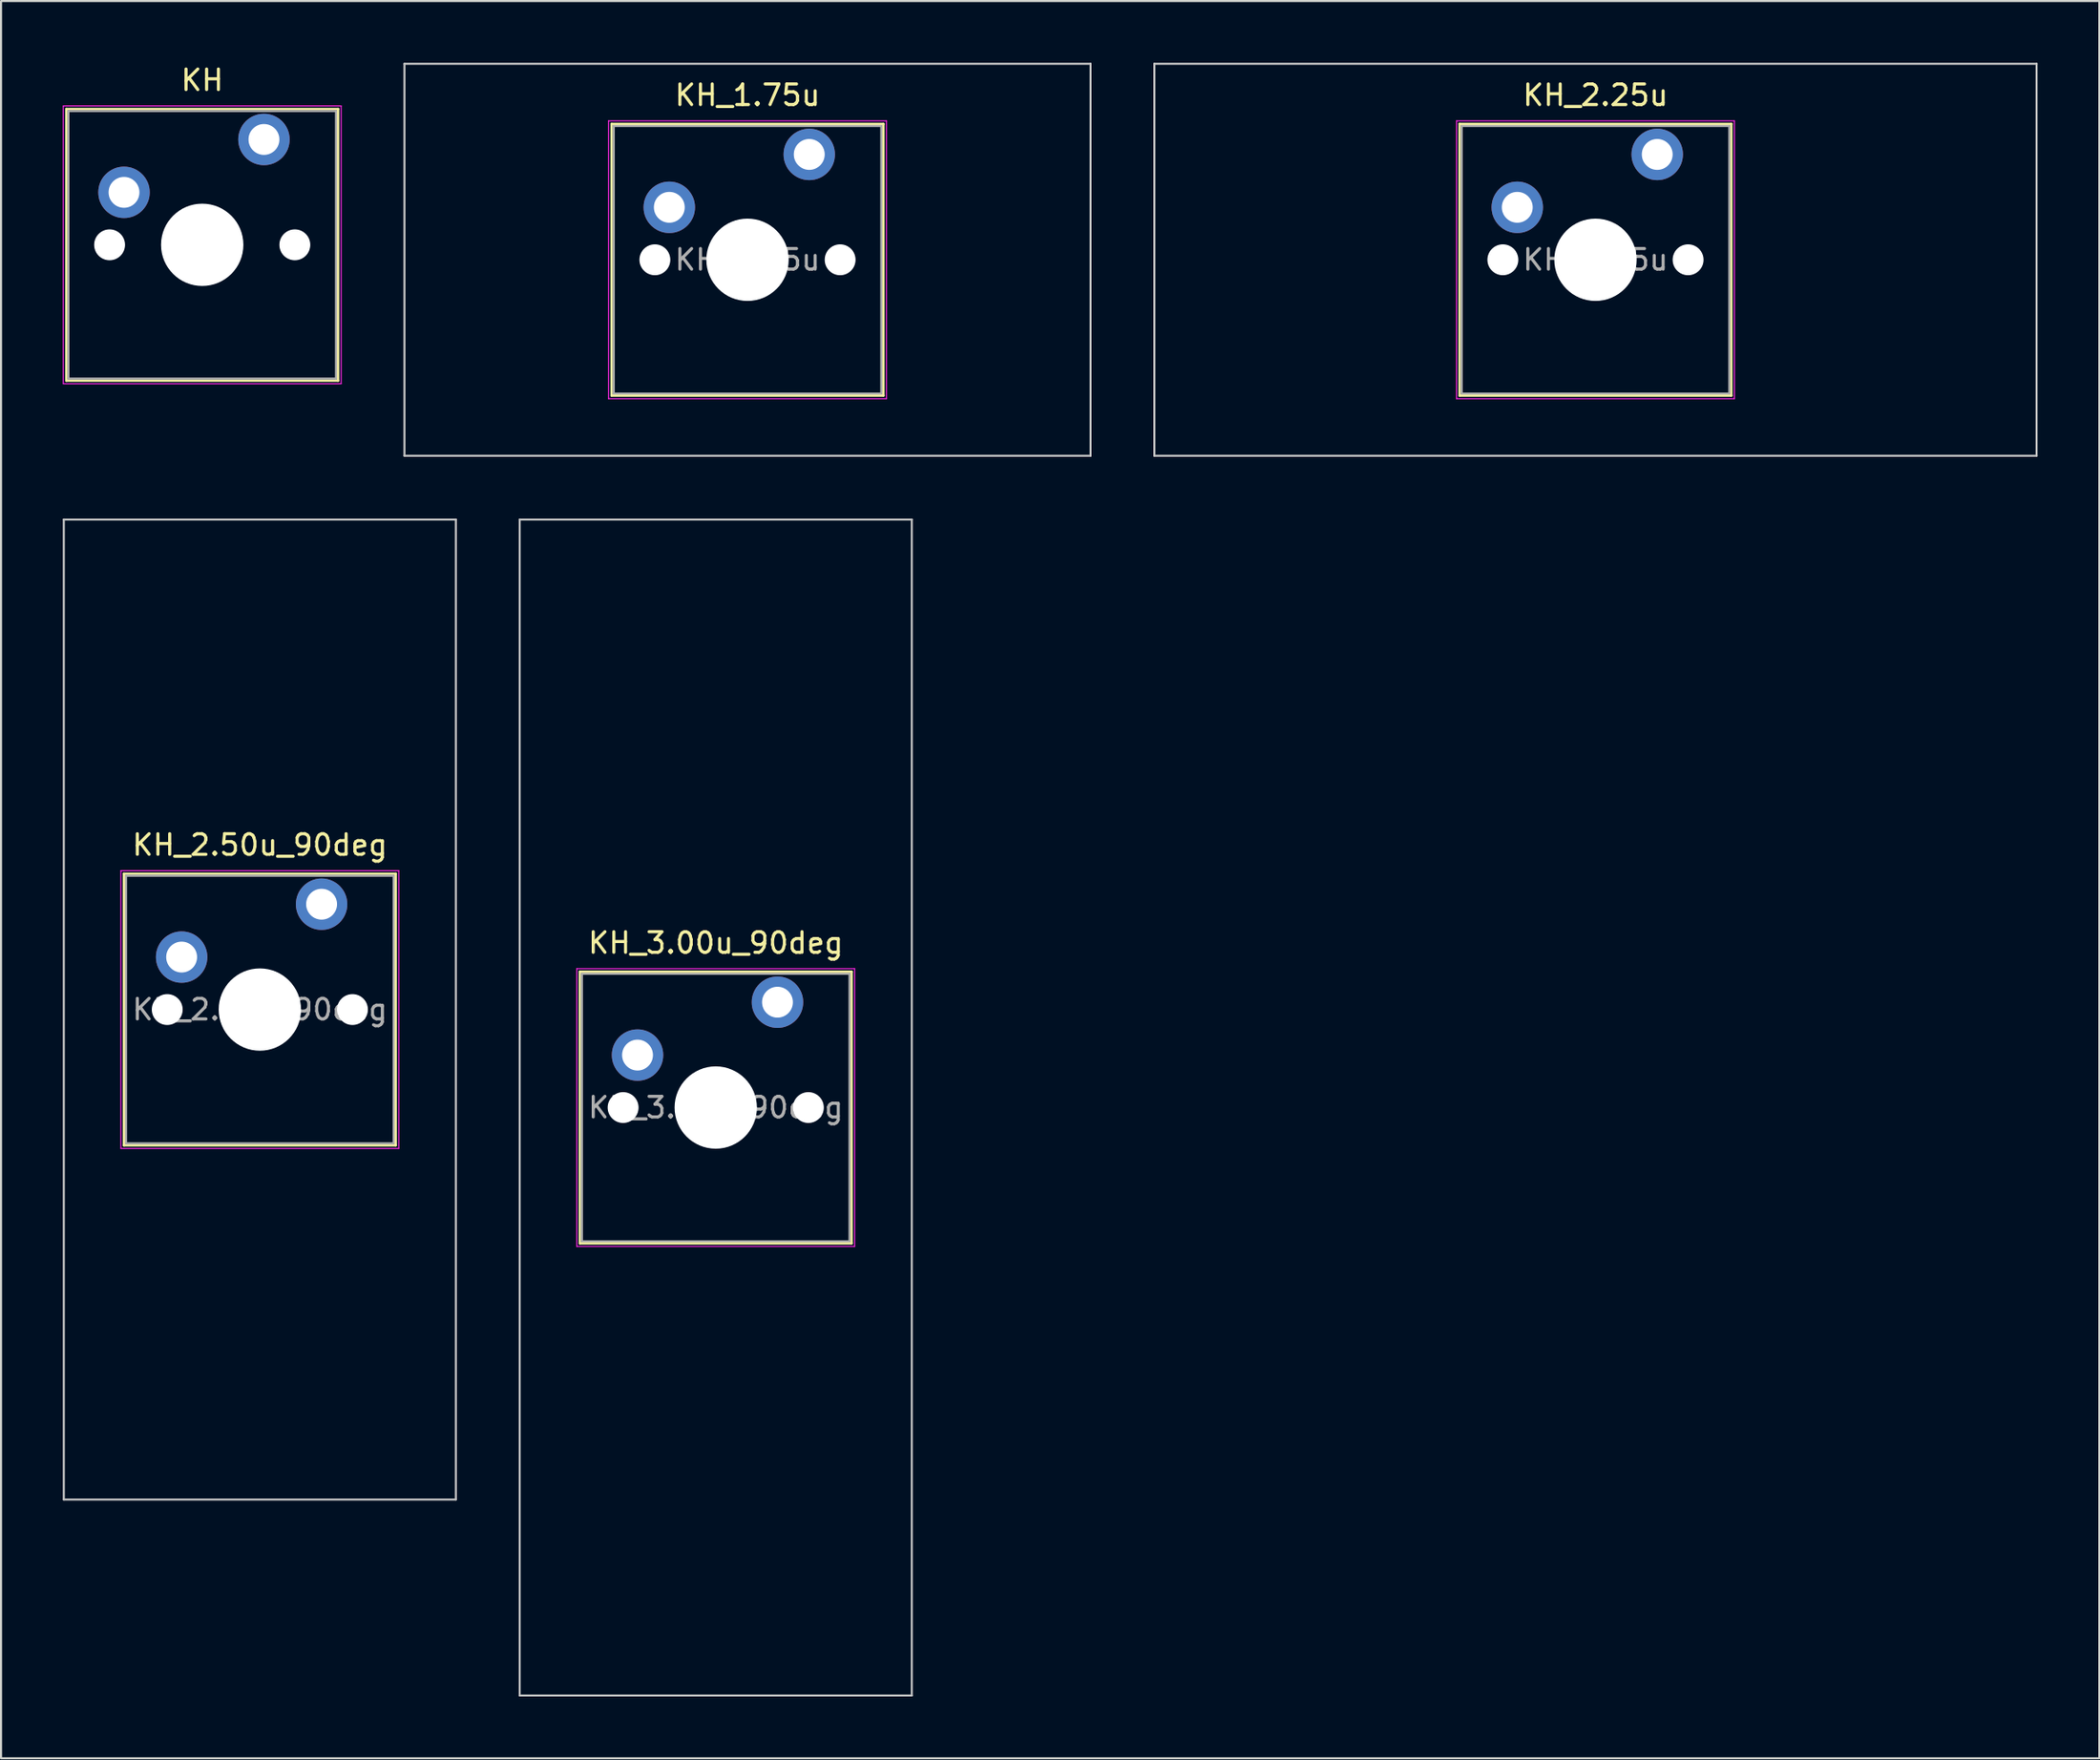
<source format=kicad_pcb>
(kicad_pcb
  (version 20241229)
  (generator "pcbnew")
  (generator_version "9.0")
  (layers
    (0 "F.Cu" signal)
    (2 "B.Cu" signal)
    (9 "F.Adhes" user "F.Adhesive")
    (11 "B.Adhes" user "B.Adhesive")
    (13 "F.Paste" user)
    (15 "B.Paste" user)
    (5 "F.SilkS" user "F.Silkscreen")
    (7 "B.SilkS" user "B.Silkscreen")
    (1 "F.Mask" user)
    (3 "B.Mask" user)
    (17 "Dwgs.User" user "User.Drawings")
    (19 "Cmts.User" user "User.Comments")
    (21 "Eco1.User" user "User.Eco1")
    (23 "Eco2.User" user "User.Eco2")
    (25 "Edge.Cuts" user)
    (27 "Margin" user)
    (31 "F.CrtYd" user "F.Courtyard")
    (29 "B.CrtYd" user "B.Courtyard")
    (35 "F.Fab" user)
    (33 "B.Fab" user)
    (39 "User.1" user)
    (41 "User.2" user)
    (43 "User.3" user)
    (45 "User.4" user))
  (footprint "KH"
    (layer "F.Cu")
    (at 6.775 8.848)
    (property "Reference" "KH" (at 0 -8 0) (layer "F.SilkS") (effects (font (size 1 1) (thickness 0.15))))
    (attr through_hole)
    (fp_line (start -6.6 -6.6) (end -6.6 6.6) (stroke (width 0.12) (type solid)) (layer "F.SilkS"))
    (fp_line (start -6.6 6.6) (end 6.6 6.6) (stroke (width 0.12) (type solid)) (layer "F.SilkS"))
    (fp_line (start 6.6 -6.6) (end -6.6 -6.6) (stroke (width 0.12) (type solid)) (layer "F.SilkS"))
    (fp_line (start 6.6 6.6) (end 6.6 -6.6) (stroke (width 0.12) (type solid)) (layer "F.SilkS"))
    (fp_line (start -6.1 -6.1) (end -6.1 6.1) (stroke (width 0.1) (type solid)) (layer "Eco1.User"))
    (fp_line (start -6.1 6.1) (end 6.1 6.1) (stroke (width 0.1) (type solid)) (layer "Eco1.User"))
    (fp_line (start 6.1 -6.1) (end -6.1 -6.1) (stroke (width 0.1) (type solid)) (layer "Eco1.User"))
    (fp_line (start 6.1 6.1) (end 6.1 -6.1) (stroke (width 0.1) (type solid)) (layer "Eco1.User"))
    (fp_line (start -6.75 -6.75) (end -6.75 6.75) (stroke (width 0.05) (type solid)) (layer "F.CrtYd"))
    (fp_line (start -6.75 6.75) (end 6.75 6.75) (stroke (width 0.05) (type solid)) (layer "F.CrtYd"))
    (fp_line (start 6.75 -6.75) (end -6.75 -6.75) (stroke (width 0.05) (type solid)) (layer "F.CrtYd"))
    (fp_line (start 6.75 6.75) (end 6.75 -6.75) (stroke (width 0.05) (type solid)) (layer "F.CrtYd"))
    (fp_line (start -6.5 -6.5) (end -6.5 6.5) (stroke (width 0.1) (type solid)) (layer "F.Fab"))
    (fp_line (start -6.5 6.5) (end 6.5 6.5) (stroke (width 0.1) (type solid)) (layer "F.Fab"))
    (fp_line (start 6.5 -6.5) (end -6.5 -6.5) (stroke (width 0.1) (type solid)) (layer "F.Fab"))
    (fp_line (start 6.5 6.5) (end 6.5 -6.5) (stroke (width 0.1) (type solid)) (layer "F.Fab"))
    (fp_text user "${REFERENCE}" (at 0 0 0) (layer "F.Fab") (effects (font (size 1 1) (thickness 0.15))))
    (pad "" np_thru_hole circle (at -4.5 0) (size 1.5 1.5) (drill 1.5) (layers "*.Cu" "*.Mask"))
    (pad "" np_thru_hole circle (at 0 0) (size 4 4) (drill 4) (layers "*.Cu" "*.Mask"))
    (pad "" np_thru_hole circle (at 4.5 0) (size 1.5 1.5) (drill 1.5) (layers "*.Cu" "*.Mask"))
    (pad "1" thru_hole circle (at -3.8 -2.55) (size 2.5 2.5) (drill 1.5) (layers "*.Cu" "*.Mask"))
    (pad "2" thru_hole circle (at 3 -5.12) (size 2.5 2.5) (drill 1.5) (layers "*.Cu" "*.Mask")))
  (footprint "KH_3.00u_90deg"
    (layer "F.Cu")
    (at 31.725 50.775)
    (property "Reference" "KH_3.00u_90deg" (at 0 -8 0) (layer "F.SilkS") (effects (font (size 1 1) (thickness 0.15))))
    (attr through_hole)
    (fp_line (start -6.6 -6.6) (end -6.6 6.6) (stroke (width 0.12) (type solid)) (layer "F.SilkS"))
    (fp_line (start -6.6 6.6) (end 6.6 6.6) (stroke (width 0.12) (type solid)) (layer "F.SilkS"))
    (fp_line (start 6.6 -6.6) (end -6.6 -6.6) (stroke (width 0.12) (type solid)) (layer "F.SilkS"))
    (fp_line (start 6.6 6.6) (end 6.6 -6.6) (stroke (width 0.12) (type solid)) (layer "F.SilkS"))
    (fp_line (start -9.525 -28.575) (end 9.525 -28.575) (stroke (width 0.1) (type solid)) (layer "Dwgs.User"))
    (fp_line (start -9.525 28.575) (end -9.525 -28.575) (stroke (width 0.1) (type solid)) (layer "Dwgs.User"))
    (fp_line (start 9.525 -28.575) (end 9.525 28.575) (stroke (width 0.1) (type solid)) (layer "Dwgs.User"))
    (fp_line (start 9.525 28.575) (end -9.525 28.575) (stroke (width 0.1) (type solid)) (layer "Dwgs.User"))
    (fp_line (start -6.1 -6.1) (end -6.1 6.1) (stroke (width 0.1) (type solid)) (layer "Eco1.User"))
    (fp_line (start -6.1 6.1) (end 6.1 6.1) (stroke (width 0.1) (type solid)) (layer "Eco1.User"))
    (fp_line (start 6.1 -6.1) (end -6.1 -6.1) (stroke (width 0.1) (type solid)) (layer "Eco1.User"))
    (fp_line (start 6.1 6.1) (end 6.1 -6.1) (stroke (width 0.1) (type solid)) (layer "Eco1.User"))
    (fp_line (start -6.75 -6.75) (end -6.75 6.75) (stroke (width 0.05) (type solid)) (layer "F.CrtYd"))
    (fp_line (start -6.75 6.75) (end 6.75 6.75) (stroke (width 0.05) (type solid)) (layer "F.CrtYd"))
    (fp_line (start 6.75 -6.75) (end -6.75 -6.75) (stroke (width 0.05) (type solid)) (layer "F.CrtYd"))
    (fp_line (start 6.75 6.75) (end 6.75 -6.75) (stroke (width 0.05) (type solid)) (layer "F.CrtYd"))
    (fp_line (start -6.5 -6.5) (end -6.5 6.5) (stroke (width 0.1) (type solid)) (layer "F.Fab"))
    (fp_line (start -6.5 6.5) (end 6.5 6.5) (stroke (width 0.1) (type solid)) (layer "F.Fab"))
    (fp_line (start 6.5 -6.5) (end -6.5 -6.5) (stroke (width 0.1) (type solid)) (layer "F.Fab"))
    (fp_line (start 6.5 6.5) (end 6.5 -6.5) (stroke (width 0.1) (type solid)) (layer "F.Fab"))
    (fp_text user "${REFERENCE}" (at 0 0 0) (layer "F.Fab") (effects (font (size 1 1) (thickness 0.15))))
    (pad "" np_thru_hole circle (at -4.5 0) (size 1.5 1.5) (drill 1.5) (layers "*.Cu" "*.Mask"))
    (pad "" np_thru_hole circle (at 0 0) (size 4 4) (drill 4) (layers "*.Cu" "*.Mask"))
    (pad "" np_thru_hole circle (at 4.5 0) (size 1.5 1.5) (drill 1.5) (layers "*.Cu" "*.Mask"))
    (pad "1" thru_hole circle (at -3.8 -2.55) (size 2.5 2.5) (drill 1.5) (layers "*.Cu" "*.Mask"))
    (pad "2" thru_hole circle (at 3 -5.12) (size 2.5 2.5) (drill 1.5) (layers "*.Cu" "*.Mask")))
  (footprint "KH_2.50u_90deg"
    (layer "F.Cu")
    (at 9.575 46.013)
    (property "Reference" "KH_2.50u_90deg" (at 0 -8 0) (layer "F.SilkS") (effects (font (size 1 1) (thickness 0.15))))
    (attr through_hole)
    (fp_line (start -6.6 -6.6) (end -6.6 6.6) (stroke (width 0.12) (type solid)) (layer "F.SilkS"))
    (fp_line (start -6.6 6.6) (end 6.6 6.6) (stroke (width 0.12) (type solid)) (layer "F.SilkS"))
    (fp_line (start 6.6 -6.6) (end -6.6 -6.6) (stroke (width 0.12) (type solid)) (layer "F.SilkS"))
    (fp_line (start 6.6 6.6) (end 6.6 -6.6) (stroke (width 0.12) (type solid)) (layer "F.SilkS"))
    (fp_line (start -9.525 -23.812) (end 9.525 -23.812) (stroke (width 0.1) (type solid)) (layer "Dwgs.User"))
    (fp_line (start -9.525 23.812) (end -9.525 -23.812) (stroke (width 0.1) (type solid)) (layer "Dwgs.User"))
    (fp_line (start 9.525 -23.812) (end 9.525 23.812) (stroke (width 0.1) (type solid)) (layer "Dwgs.User"))
    (fp_line (start 9.525 23.812) (end -9.525 23.812) (stroke (width 0.1) (type solid)) (layer "Dwgs.User"))
    (fp_line (start -6.1 -6.1) (end -6.1 6.1) (stroke (width 0.1) (type solid)) (layer "Eco1.User"))
    (fp_line (start -6.1 6.1) (end 6.1 6.1) (stroke (width 0.1) (type solid)) (layer "Eco1.User"))
    (fp_line (start 6.1 -6.1) (end -6.1 -6.1) (stroke (width 0.1) (type solid)) (layer "Eco1.User"))
    (fp_line (start 6.1 6.1) (end 6.1 -6.1) (stroke (width 0.1) (type solid)) (layer "Eco1.User"))
    (fp_line (start -6.75 -6.75) (end -6.75 6.75) (stroke (width 0.05) (type solid)) (layer "F.CrtYd"))
    (fp_line (start -6.75 6.75) (end 6.75 6.75) (stroke (width 0.05) (type solid)) (layer "F.CrtYd"))
    (fp_line (start 6.75 -6.75) (end -6.75 -6.75) (stroke (width 0.05) (type solid)) (layer "F.CrtYd"))
    (fp_line (start 6.75 6.75) (end 6.75 -6.75) (stroke (width 0.05) (type solid)) (layer "F.CrtYd"))
    (fp_line (start -6.5 -6.5) (end -6.5 6.5) (stroke (width 0.1) (type solid)) (layer "F.Fab"))
    (fp_line (start -6.5 6.5) (end 6.5 6.5) (stroke (width 0.1) (type solid)) (layer "F.Fab"))
    (fp_line (start 6.5 -6.5) (end -6.5 -6.5) (stroke (width 0.1) (type solid)) (layer "F.Fab"))
    (fp_line (start 6.5 6.5) (end 6.5 -6.5) (stroke (width 0.1) (type solid)) (layer "F.Fab"))
    (fp_text user "${REFERENCE}" (at 0 0 0) (layer "F.Fab") (effects (font (size 1 1) (thickness 0.15))))
    (pad "" np_thru_hole circle (at -4.5 0) (size 1.5 1.5) (drill 1.5) (layers "*.Cu" "*.Mask"))
    (pad "" np_thru_hole circle (at 0 0) (size 4 4) (drill 4) (layers "*.Cu" "*.Mask"))
    (pad "" np_thru_hole circle (at 4.5 0) (size 1.5 1.5) (drill 1.5) (layers "*.Cu" "*.Mask"))
    (pad "1" thru_hole circle (at -3.8 -2.55) (size 2.5 2.5) (drill 1.5) (layers "*.Cu" "*.Mask"))
    (pad "2" thru_hole circle (at 3 -5.12) (size 2.5 2.5) (drill 1.5) (layers "*.Cu" "*.Mask")))
  (footprint "KH_1.75u"
    (layer "F.Cu")
    (at 33.269 9.575)
    (property "Reference" "KH_1.75u" (at 0 -8 0) (layer "F.SilkS") (effects (font (size 1 1) (thickness 0.15))))
    (attr through_hole)
    (fp_line (start -6.6 -6.6) (end -6.6 6.6) (stroke (width 0.12) (type solid)) (layer "F.SilkS"))
    (fp_line (start -6.6 6.6) (end 6.6 6.6) (stroke (width 0.12) (type solid)) (layer "F.SilkS"))
    (fp_line (start 6.6 -6.6) (end -6.6 -6.6) (stroke (width 0.12) (type solid)) (layer "F.SilkS"))
    (fp_line (start 6.6 6.6) (end 6.6 -6.6) (stroke (width 0.12) (type solid)) (layer "F.SilkS"))
    (fp_line (start -16.669 -9.525) (end -16.669 9.525) (stroke (width 0.1) (type solid)) (layer "Dwgs.User"))
    (fp_line (start -16.669 9.525) (end 16.669 9.525) (stroke (width 0.1) (type solid)) (layer "Dwgs.User"))
    (fp_line (start 16.669 -9.525) (end -16.669 -9.525) (stroke (width 0.1) (type solid)) (layer "Dwgs.User"))
    (fp_line (start 16.669 9.525) (end 16.669 -9.525) (stroke (width 0.1) (type solid)) (layer "Dwgs.User"))
    (fp_line (start -6.1 -6.1) (end -6.1 6.1) (stroke (width 0.1) (type solid)) (layer "Eco1.User"))
    (fp_line (start -6.1 6.1) (end 6.1 6.1) (stroke (width 0.1) (type solid)) (layer "Eco1.User"))
    (fp_line (start 6.1 -6.1) (end -6.1 -6.1) (stroke (width 0.1) (type solid)) (layer "Eco1.User"))
    (fp_line (start 6.1 6.1) (end 6.1 -6.1) (stroke (width 0.1) (type solid)) (layer "Eco1.User"))
    (fp_line (start -6.75 -6.75) (end -6.75 6.75) (stroke (width 0.05) (type solid)) (layer "F.CrtYd"))
    (fp_line (start -6.75 6.75) (end 6.75 6.75) (stroke (width 0.05) (type solid)) (layer "F.CrtYd"))
    (fp_line (start 6.75 -6.75) (end -6.75 -6.75) (stroke (width 0.05) (type solid)) (layer "F.CrtYd"))
    (fp_line (start 6.75 6.75) (end 6.75 -6.75) (stroke (width 0.05) (type solid)) (layer "F.CrtYd"))
    (fp_line (start -6.5 -6.5) (end -6.5 6.5) (stroke (width 0.1) (type solid)) (layer "F.Fab"))
    (fp_line (start -6.5 6.5) (end 6.5 6.5) (stroke (width 0.1) (type solid)) (layer "F.Fab"))
    (fp_line (start 6.5 -6.5) (end -6.5 -6.5) (stroke (width 0.1) (type solid)) (layer "F.Fab"))
    (fp_line (start 6.5 6.5) (end 6.5 -6.5) (stroke (width 0.1) (type solid)) (layer "F.Fab"))
    (fp_text user "${REFERENCE}" (at 0 0 0) (layer "F.Fab") (effects (font (size 1 1) (thickness 0.15))))
    (pad "" np_thru_hole circle (at -4.5 0) (size 1.5 1.5) (drill 1.5) (layers "*.Cu" "*.Mask"))
    (pad "" np_thru_hole circle (at 0 0) (size 4 4) (drill 4) (layers "*.Cu" "*.Mask"))
    (pad "" np_thru_hole circle (at 4.5 0) (size 1.5 1.5) (drill 1.5) (layers "*.Cu" "*.Mask"))
    (pad "1" thru_hole circle (at -3.8 -2.55) (size 2.5 2.5) (drill 1.5) (layers "*.Cu" "*.Mask"))
    (pad "2" thru_hole circle (at 3 -5.12) (size 2.5 2.5) (drill 1.5) (layers "*.Cu" "*.Mask")))
  (footprint "KH_2.25u"
    (layer "F.Cu")
    (at 74.469 9.575)
    (property "Reference" "KH_2.25u" (at 0 -8 0) (layer "F.SilkS") (effects (font (size 1 1) (thickness 0.15))))
    (attr through_hole)
    (fp_line (start -6.6 -6.6) (end -6.6 6.6) (stroke (width 0.12) (type solid)) (layer "F.SilkS"))
    (fp_line (start -6.6 6.6) (end 6.6 6.6) (stroke (width 0.12) (type solid)) (layer "F.SilkS"))
    (fp_line (start 6.6 -6.6) (end -6.6 -6.6) (stroke (width 0.12) (type solid)) (layer "F.SilkS"))
    (fp_line (start 6.6 6.6) (end 6.6 -6.6) (stroke (width 0.12) (type solid)) (layer "F.SilkS"))
    (fp_line (start -21.431 -9.525) (end -21.431 9.525) (stroke (width 0.1) (type solid)) (layer "Dwgs.User"))
    (fp_line (start -21.431 9.525) (end 21.431 9.525) (stroke (width 0.1) (type solid)) (layer "Dwgs.User"))
    (fp_line (start 21.431 -9.525) (end -21.431 -9.525) (stroke (width 0.1) (type solid)) (layer "Dwgs.User"))
    (fp_line (start 21.431 9.525) (end 21.431 -9.525) (stroke (width 0.1) (type solid)) (layer "Dwgs.User"))
    (fp_line (start -6.1 -6.1) (end -6.1 6.1) (stroke (width 0.1) (type solid)) (layer "Eco1.User"))
    (fp_line (start -6.1 6.1) (end 6.1 6.1) (stroke (width 0.1) (type solid)) (layer "Eco1.User"))
    (fp_line (start 6.1 -6.1) (end -6.1 -6.1) (stroke (width 0.1) (type solid)) (layer "Eco1.User"))
    (fp_line (start 6.1 6.1) (end 6.1 -6.1) (stroke (width 0.1) (type solid)) (layer "Eco1.User"))
    (fp_line (start -6.75 -6.75) (end -6.75 6.75) (stroke (width 0.05) (type solid)) (layer "F.CrtYd"))
    (fp_line (start -6.75 6.75) (end 6.75 6.75) (stroke (width 0.05) (type solid)) (layer "F.CrtYd"))
    (fp_line (start 6.75 -6.75) (end -6.75 -6.75) (stroke (width 0.05) (type solid)) (layer "F.CrtYd"))
    (fp_line (start 6.75 6.75) (end 6.75 -6.75) (stroke (width 0.05) (type solid)) (layer "F.CrtYd"))
    (fp_line (start -6.5 -6.5) (end -6.5 6.5) (stroke (width 0.1) (type solid)) (layer "F.Fab"))
    (fp_line (start -6.5 6.5) (end 6.5 6.5) (stroke (width 0.1) (type solid)) (layer "F.Fab"))
    (fp_line (start 6.5 -6.5) (end -6.5 -6.5) (stroke (width 0.1) (type solid)) (layer "F.Fab"))
    (fp_line (start 6.5 6.5) (end 6.5 -6.5) (stroke (width 0.1) (type solid)) (layer "F.Fab"))
    (fp_text user "${REFERENCE}" (at 0 0 0) (layer "F.Fab") (effects (font (size 1 1) (thickness 0.15))))
    (pad "" np_thru_hole circle (at -4.5 0) (size 1.5 1.5) (drill 1.5) (layers "*.Cu" "*.Mask"))
    (pad "" np_thru_hole circle (at 0 0) (size 4 4) (drill 4) (layers "*.Cu" "*.Mask"))
    (pad "" np_thru_hole circle (at 4.5 0) (size 1.5 1.5) (drill 1.5) (layers "*.Cu" "*.Mask"))
    (pad "1" thru_hole circle (at -3.8 -2.55) (size 2.5 2.5) (drill 1.5) (layers "*.Cu" "*.Mask"))
    (pad "2" thru_hole circle (at 3 -5.12) (size 2.5 2.5) (drill 1.5) (layers "*.Cu" "*.Mask")))
  (gr_rect
    (start -3 -3)
    (end 98.95 82.4)
    (stroke (width 0.1) (type default))
    (fill no)
    (layer "Edge.Cuts")))
</source>
